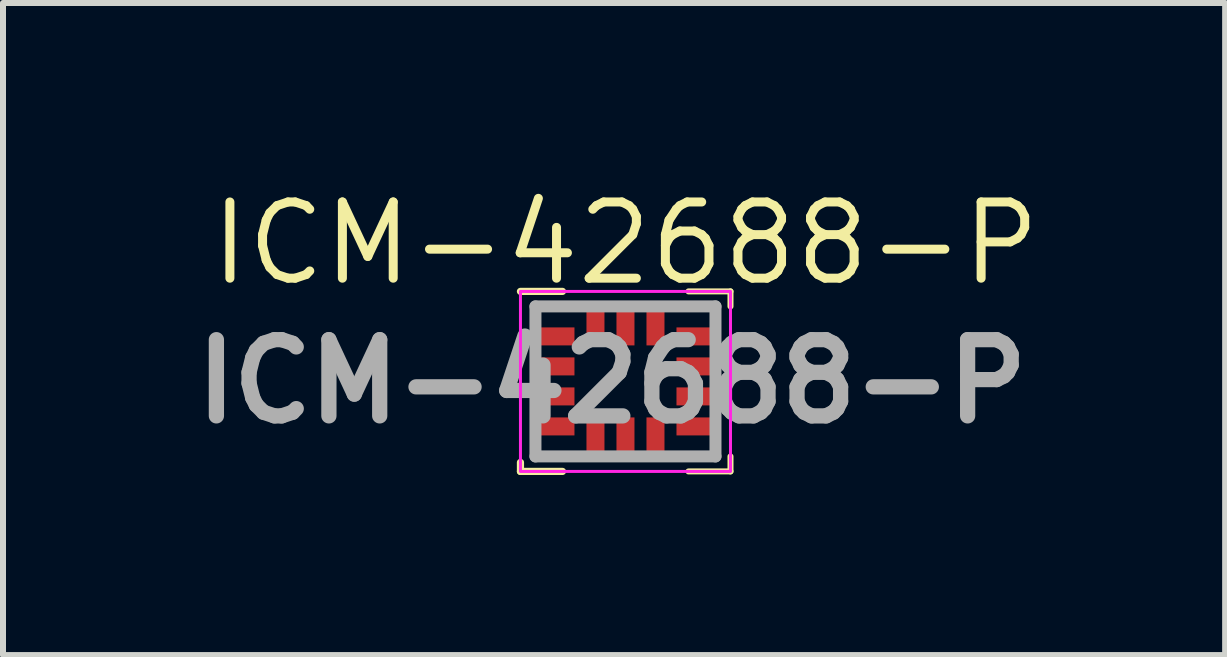
<source format=kicad_pcb>
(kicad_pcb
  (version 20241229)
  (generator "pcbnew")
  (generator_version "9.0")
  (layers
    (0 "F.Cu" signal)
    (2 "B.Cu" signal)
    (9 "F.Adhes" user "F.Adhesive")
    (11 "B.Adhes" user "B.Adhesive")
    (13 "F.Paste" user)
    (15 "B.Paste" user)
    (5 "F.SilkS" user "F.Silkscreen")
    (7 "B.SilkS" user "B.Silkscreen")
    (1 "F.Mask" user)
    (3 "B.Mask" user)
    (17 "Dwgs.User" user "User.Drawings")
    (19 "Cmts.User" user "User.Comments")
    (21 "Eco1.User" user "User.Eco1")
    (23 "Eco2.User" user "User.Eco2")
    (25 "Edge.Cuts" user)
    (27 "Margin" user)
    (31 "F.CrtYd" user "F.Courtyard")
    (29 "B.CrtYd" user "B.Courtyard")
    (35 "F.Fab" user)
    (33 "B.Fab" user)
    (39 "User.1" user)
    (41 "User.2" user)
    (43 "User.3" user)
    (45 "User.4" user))
  (footprint "ICM-42688-P"
    (layer "F.Cu")
    (at 7.373 3.306)
    (property "Reference" "ICM-42688-P" (at 0 -2.3 0) (layer "F.SilkS") (effects (font (size 1.27 1.27) (thickness 0.15))))
    (attr smd)
    (fp_rect (start -0.85 -0.6) (end 0.85 0.6) (stroke (width 0) (type solid)) (fill yes) (layer "F.Mask"))
    (fp_line (start -1.75 -1.5) (end -1.05 -1.5) (stroke (width 0.12) (type solid)) (layer "F.SilkS"))
    (fp_line (start -1.75 1.35) (end -1.75 1.5) (stroke (width 0.12) (type solid)) (layer "F.SilkS"))
    (fp_line (start -1.75 1.5) (end -1.05 1.5) (stroke (width 0.12) (type solid)) (layer "F.SilkS"))
    (fp_line (start 1.05 -1.5) (end 1.75 -1.5) (stroke (width 0.1) (type solid)) (layer "F.SilkS"))
    (fp_line (start 1.05 1.5) (end 1.75 1.5) (stroke (width 0.1) (type solid)) (layer "F.SilkS"))
    (fp_line (start 1.75 -1.5) (end 1.75 -1.25) (stroke (width 0.1) (type solid)) (layer "F.SilkS"))
    (fp_line (start 1.75 1.5) (end 1.75 1.25) (stroke (width 0.1) (type solid)) (layer "F.SilkS"))
    (fp_rect (start -1.75 -1.5) (end 1.75 1.5) (stroke (width 0.05) (type default)) (fill no) (layer "F.CrtYd"))
    (fp_line (start -1.5 -1.25) (end 1.5 -1.25) (stroke (width 0.2) (type solid)) (layer "F.Fab"))
    (fp_line (start -1.5 1.25) (end -1.5 -1.25) (stroke (width 0.2) (type solid)) (layer "F.Fab"))
    (fp_line (start 1.5 -1.25) (end 1.5 1.25) (stroke (width 0.2) (type solid)) (layer "F.Fab"))
    (fp_line (start 1.5 1.25) (end -1.5 1.25) (stroke (width 0.2) (type solid)) (layer "F.Fab"))
    (fp_text user "${REFERENCE}" (at -0.225 0 0) (layer "F.Fab") (effects (font (size 1.27 1.27) (thickness 0.254))))
    (pad "1" smd rect (at -1.15 -0.75 90) (size 0.3 0.6) (layers "F.Cu" "F.Mask" "F.Paste"))
    (pad "2" smd rect (at -1.15 -0.25 90) (size 0.3 0.6) (layers "F.Cu" "F.Mask" "F.Paste"))
    (pad "3" smd rect (at -1.15 0.25 90) (size 0.3 0.6) (layers "F.Cu" "F.Mask" "F.Paste"))
    (pad "4" smd rect (at -1.15 0.75 90) (size 0.3 0.6) (layers "F.Cu" "F.Mask" "F.Paste"))
    (pad "5" smd rect (at -0.5 0.9) (size 0.3 0.6) (layers "F.Cu" "F.Mask" "F.Paste"))
    (pad "6" smd rect (at 0 0.9) (size 0.3 0.6) (layers "F.Cu" "F.Mask" "F.Paste"))
    (pad "7" smd rect (at 0.5 0.9) (size 0.3 0.6) (layers "F.Cu" "F.Mask" "F.Paste"))
    (pad "8" smd rect (at 1.15 0.75 90) (size 0.3 0.6) (layers "F.Cu" "F.Mask" "F.Paste"))
    (pad "9" smd rect (at 1.15 0.25 90) (size 0.3 0.6) (layers "F.Cu" "F.Mask" "F.Paste"))
    (pad "10" smd rect (at 1.15 -0.25 90) (size 0.3 0.6) (layers "F.Cu" "F.Mask" "F.Paste"))
    (pad "11" smd rect (at 1.15 -0.75 90) (size 0.3 0.6) (layers "F.Cu" "F.Mask" "F.Paste"))
    (pad "12" smd rect (at 0.5 -0.9) (size 0.3 0.6) (layers "F.Cu" "F.Mask" "F.Paste"))
    (pad "13" smd rect (at 0 -0.9) (size 0.3 0.6) (layers "F.Cu" "F.Mask" "F.Paste"))
    (pad "14" smd rect (at -0.5 -0.9) (size 0.3 0.6) (layers "F.Cu" "F.Mask" "F.Paste"))
    (zone (net_name "") (layers "F.Cu" "F.Mask" "B.Cu") (name "IMU_KEEPOUT") (hatch edge 0.5) (connect_pads) (min_thickness 0.25) (filled_areas_thickness no) (keepout (tracks not_allowed) (vias not_allowed) (pads not_allowed) (copperpour not_allowed) (footprints allowed)) (placement (enabled no)) (fill) (polygon (pts (xy 6.523 2.706) (xy 8.223 2.706) (xy 8.223 3.906) (xy 6.523 3.906)))))
  (gr_rect
    (start -3 -3)
    (end 17.366 7.866)
    (stroke (width 0.1) (type default))
    (fill no)
    (layer "Edge.Cuts")))
</source>
